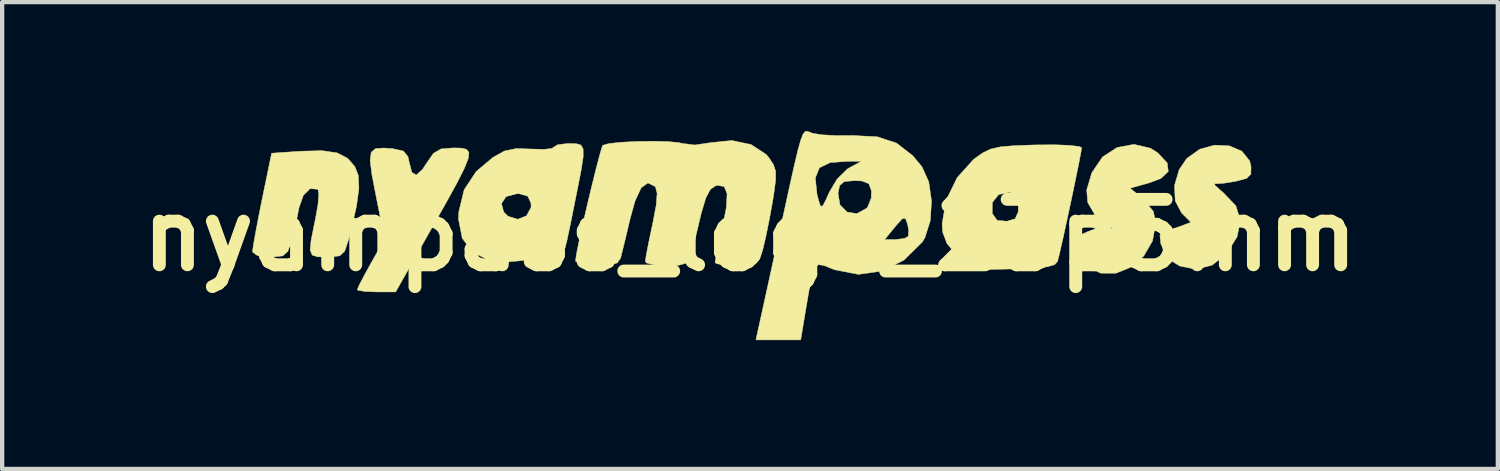
<source format=kicad_pcb>
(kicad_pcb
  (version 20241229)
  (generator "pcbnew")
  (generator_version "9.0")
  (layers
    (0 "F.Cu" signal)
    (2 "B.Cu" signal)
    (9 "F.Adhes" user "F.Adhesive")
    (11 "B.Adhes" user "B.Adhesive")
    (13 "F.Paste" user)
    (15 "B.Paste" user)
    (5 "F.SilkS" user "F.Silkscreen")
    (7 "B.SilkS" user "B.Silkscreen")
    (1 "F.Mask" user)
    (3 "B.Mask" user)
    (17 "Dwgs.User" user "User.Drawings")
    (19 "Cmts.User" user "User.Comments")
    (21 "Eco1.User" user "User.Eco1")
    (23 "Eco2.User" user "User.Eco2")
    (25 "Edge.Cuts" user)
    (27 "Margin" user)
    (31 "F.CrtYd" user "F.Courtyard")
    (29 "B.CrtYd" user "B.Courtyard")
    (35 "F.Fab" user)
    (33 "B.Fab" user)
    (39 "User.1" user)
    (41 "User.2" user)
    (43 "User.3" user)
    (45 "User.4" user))
  (footprint "nyampass_logo_23p5mm"
    (layer "F.Cu")
    (at 14.413 2.426)
    (property "Reference" "nyampass_logo_23p5mm" (at 0 0 0) (layer "F.SilkS") (effects (font (size 1.524 1.524) (thickness 0.3))))
    (attr through_hole)
    (fp_poly (pts (xy -6.722 -2.028) (xy -6.602 -2) (xy -6.545 -1.928) (xy -6.559 -1.788) (xy -6.65 -1.559) (xy -6.822 -1.218) (xy -7.083 -0.743) (xy -7.419 -0.149) (xy -8.251 1.321) (xy -8.697 1.321) (xy -8.966 1.31) (xy -9.126 1.283) (xy -9.144 1.268) (xy -9.098 1.159) (xy -8.977 0.927) (xy -8.826 0.653) (xy -8.508 0.089) (xy -8.711 -0.929) (xy -8.805 -1.419) (xy -8.845 -1.742) (xy -8.82 -1.93) (xy -8.718 -2.016) (xy -8.528 -2.03) (xy -8.315 -2.014) (xy -8.07 -1.959) (xy -7.963 -1.828) (xy -7.942 -1.727) (xy -7.875 -1.464) (xy -7.771 -1.4) (xy -7.624 -1.534) (xy -7.536 -1.67) (xy -7.371 -1.906) (xy -7.193 -2.009) (xy -6.908 -2.032) (xy -6.9 -2.032) (xy -6.722 -2.028)) (stroke (width 0.01) (type solid)) (fill yes) (layer "F.SilkS"))
    (fp_poly (pts (xy 9.323 -2.025) (xy 9.486 -1.923) (xy 9.712 -1.685) (xy 9.739 -1.485) (xy 9.567 -1.321) (xy 9.302 -1.221) (xy 8.851 -1.095) (xy 9.15 -0.843) (xy 9.389 -0.556) (xy 9.449 -0.291) (xy 9.371 0.135) (xy 9.165 0.488) (xy 8.868 0.745) (xy 8.521 0.885) (xy 8.162 0.884) (xy 7.83 0.722) (xy 7.768 0.665) (xy 7.557 0.385) (xy 7.543 0.157) (xy 7.724 -0.021) (xy 7.876 -0.088) (xy 8.053 -0.152) (xy 8.331 -0.152) (xy 8.382 -0.102) (xy 8.433 -0.152) (xy 8.382 -0.203) (xy 8.331 -0.152) (xy 8.053 -0.152) (xy 8.233 -0.218) (xy 8.028 -0.478) (xy 7.864 -0.759) (xy 7.839 -1.052) (xy 7.949 -1.424) (xy 7.968 -1.47) (xy 8.208 -1.822) (xy 8.549 -2.043) (xy 8.939 -2.115) (xy 9.323 -2.025)) (stroke (width 0.01) (type solid)) (fill yes) (layer "F.SilkS"))
    (fp_poly (pts (xy -9.613 -1.917) (xy -9.367 -1.789) (xy -9.2 -1.596) (xy -9.119 -1.388) (xy -9.106 -1.09) (xy -9.163 -0.672) (xy -9.293 -0.105) (xy -9.352 0.118) (xy -9.436 0.37) (xy -9.553 0.48) (xy -9.78 0.508) (xy -9.859 0.508) (xy -10.071 0.503) (xy -10.195 0.462) (xy -10.241 0.347) (xy -10.22 0.12) (xy -10.144 -0.259) (xy -10.118 -0.383) (xy -10.059 -0.717) (xy -10.04 -0.966) (xy -10.061 -1.069) (xy -10.241 -1.084) (xy -10.399 -0.931) (xy -10.5 -0.644) (xy -10.503 -0.629) (xy -10.576 -0.259) (xy -10.669 0.116) (xy -10.672 0.127) (xy -10.759 0.374) (xy -10.88 0.482) (xy -11.113 0.508) (xy -11.181 0.508) (xy -11.465 0.478) (xy -11.582 0.394) (xy -11.583 0.381) (xy -11.564 0.234) (xy -11.511 -0.065) (xy -11.434 -0.469) (xy -11.362 -0.828) (xy -11.139 -1.909) (xy -10.472 -1.955) (xy -9.966 -1.968) (xy -9.613 -1.917)) (stroke (width 0.01) (type solid)) (fill yes) (layer "F.SilkS"))
    (fp_poly (pts (xy 11.162 -2.08) (xy 11.45 -1.957) (xy 11.632 -1.733) (xy 11.665 -1.605) (xy 11.662 -1.422) (xy 11.563 -1.323) (xy 11.314 -1.256) (xy 11.309 -1.255) (xy 11.034 -1.21) (xy 10.843 -1.198) (xy 10.82 -1.2) (xy 10.823 -1.163) (xy 10.956 -1.043) (xy 11.006 -1.003) (xy 11.312 -0.685) (xy 11.419 -0.338) (xy 11.34 0.039) (xy 11.09 0.44) (xy 10.759 0.697) (xy 10.386 0.794) (xy 10.008 0.719) (xy 9.818 0.602) (xy 9.66 0.418) (xy 9.564 0.197) (xy 9.544 0.004) (xy 9.617 -0.098) (xy 9.645 -0.102) (xy 9.804 -0.135) (xy 9.856 -0.152) (xy 10.363 -0.152) (xy 10.414 -0.102) (xy 10.465 -0.152) (xy 10.414 -0.203) (xy 10.363 -0.152) (xy 9.856 -0.152) (xy 10.003 -0.201) (xy 10.265 -0.301) (xy 10.048 -0.518) (xy 9.9 -0.798) (xy 9.883 -1.157) (xy 9.992 -1.526) (xy 10.168 -1.786) (xy 10.469 -2.001) (xy 10.817 -2.097) (xy 11.162 -2.08)) (stroke (width 0.01) (type solid)) (fill yes) (layer "F.SilkS"))
    (fp_poly (pts (xy 7.45 -2.091) (xy 7.668 -2.064) (xy 7.722 -2.037) (xy 7.701 -1.909) (xy 7.647 -1.629) (xy 7.568 -1.244) (xy 7.476 -0.803) (xy 7.379 -0.351) (xy 7.289 0.063) (xy 7.214 0.393) (xy 7.165 0.592) (xy 7.16 0.61) (xy 7.093 0.685) (xy 6.924 0.735) (xy 6.62 0.766) (xy 6.147 0.784) (xy 6.135 0.785) (xy 5.156 0.808) (xy 4.813 0.465) (xy 4.584 0.192) (xy 4.486 -0.069) (xy 4.473 -0.269) (xy 4.514 -0.507) (xy 5.639 -0.507) (xy 5.752 -0.347) (xy 5.978 -0.324) (xy 6.173 -0.382) (xy 6.243 -0.538) (xy 6.248 -0.66) (xy 6.21 -0.893) (xy 6.072 -0.989) (xy 6.036 -0.996) (xy 5.79 -0.947) (xy 5.642 -0.762) (xy 5.639 -0.507) (xy 4.514 -0.507) (xy 4.568 -0.82) (xy 4.824 -1.342) (xy 5.203 -1.762) (xy 5.235 -1.787) (xy 5.421 -1.918) (xy 5.6 -2.004) (xy 5.823 -2.056) (xy 6.141 -2.084) (xy 6.604 -2.101) (xy 6.668 -2.102) (xy 7.103 -2.105) (xy 7.45 -2.091)) (stroke (width 0.01) (type solid)) (fill yes) (layer "F.SilkS"))
    (fp_poly (pts (xy -4.048 -2.131) (xy -3.939 -2.1) (xy -3.886 -2.01) (xy -3.884 -1.829) (xy -3.93 -1.524) (xy -4.02 -1.063) (xy -4.063 -0.849) (xy -4.178 -0.276) (xy -4.263 0.128) (xy -4.33 0.39) (xy -4.392 0.539) (xy -4.462 0.602) (xy -4.553 0.608) (xy -4.678 0.586) (xy -4.718 0.579) (xy -5.072 0.563) (xy -5.399 0.6) (xy -5.745 0.628) (xy -6.064 0.591) (xy -6.457 0.397) (xy -6.701 0.07) (xy -6.788 -0.375) (xy -6.781 -0.541) (xy -6.734 -0.736) (xy -5.788 -0.736) (xy -5.734 -0.539) (xy -5.636 -0.442) (xy -5.407 -0.371) (xy -5.204 -0.452) (xy -5.099 -0.646) (xy -5.099 -0.743) (xy -5.174 -0.908) (xy -5.37 -0.964) (xy -5.434 -0.965) (xy -5.68 -0.898) (xy -5.788 -0.736) (xy -6.734 -0.736) (xy -6.657 -1.056) (xy -6.377 -1.482) (xy -5.985 -1.812) (xy -5.72 -1.96) (xy -5.446 -2.017) (xy -5.105 -2.007) (xy -4.808 -1.998) (xy -4.614 -2.019) (xy -4.572 -2.049) (xy -4.483 -2.105) (xy -4.263 -2.133) (xy -4.216 -2.134) (xy -4.048 -2.131)) (stroke (width 0.01) (type solid)) (fill yes) (layer "F.SilkS"))
    (fp_poly (pts (xy 0.026 -2.11) (xy 0.376 -1.88) (xy 0.442 -1.802) (xy 0.546 -1.644) (xy 0.596 -1.489) (xy 0.596 -1.276) (xy 0.552 -0.946) (xy 0.524 -0.776) (xy 0.446 -0.348) (xy 0.364 0.054) (xy 0.296 0.341) (xy 0.224 0.561) (xy 0.125 0.67) (xy -0.064 0.707) (xy -0.31 0.711) (xy -0.598 0.697) (xy -0.781 0.662) (xy -0.814 0.635) (xy -0.793 0.505) (xy -0.736 0.234) (xy -0.656 -0.124) (xy -0.646 -0.165) (xy -0.55 -0.651) (xy -0.534 -0.967) (xy -0.601 -1.131) (xy -0.753 -1.161) (xy -0.798 -1.151) (xy -0.921 -1.07) (xy -1.027 -0.873) (xy -1.132 -0.525) (xy -1.169 -0.371) (xy -1.26 0.012) (xy -1.337 0.333) (xy -1.386 0.527) (xy -1.388 0.533) (xy -1.467 0.646) (xy -1.656 0.699) (xy -1.937 0.711) (xy -2.225 0.693) (xy -2.406 0.647) (xy -2.438 0.612) (xy -2.418 0.472) (xy -2.363 0.189) (xy -2.286 -0.18) (xy -2.269 -0.255) (xy -2.185 -0.697) (xy -2.163 -0.977) (xy -2.202 -1.124) (xy -2.212 -1.135) (xy -2.379 -1.216) (xy -2.533 -1.105) (xy -2.676 -0.799) (xy -2.79 -0.389) (xy -2.882 -0.002) (xy -2.961 0.324) (xy -3.011 0.523) (xy -3.013 0.533) (xy -3.092 0.646) (xy -3.282 0.699) (xy -3.563 0.711) (xy -3.908 0.686) (xy -4.056 0.612) (xy -4.062 0.584) (xy -4.039 0.429) (xy -3.979 0.132) (xy -3.892 -0.26) (xy -3.79 -0.703) (xy -3.683 -1.15) (xy -3.582 -1.556) (xy -3.498 -1.875) (xy -3.442 -2.063) (xy -3.429 -2.092) (xy -3.292 -2.132) (xy -3.012 -2.163) (xy -2.648 -2.182) (xy -2.261 -2.188) (xy -1.909 -2.179) (xy -1.654 -2.155) (xy -1.584 -2.137) (xy -1.286 -2.1) (xy -0.932 -2.152) (xy -0.426 -2.205) (xy 0.026 -2.11)) (stroke (width 0.01) (type solid)) (fill yes) (layer "F.SilkS"))
    (fp_poly (pts (xy 1.386 -2.4) (xy 1.451 -2.374) (xy 1.665 -2.338) (xy 2.007 -2.319) (xy 2.393 -2.321) (xy 2.966 -2.291) (xy 3.413 -2.143) (xy 3.786 -1.854) (xy 4.004 -1.593) (xy 4.162 -1.241) (xy 4.226 -0.793) (xy 4.196 -0.332) (xy 4.071 0.061) (xy 4.007 0.164) (xy 3.583 0.581) (xy 3.075 0.834) (xy 2.523 0.912) (xy 1.966 0.804) (xy 1.91 0.781) (xy 1.721 0.705) (xy 1.594 0.686) (xy 1.508 0.754) (xy 1.442 0.938) (xy 1.377 1.269) (xy 1.31 1.66) (xy 1.18 2.438) (xy 0.137 2.438) (xy 0.617 0.251) (xy 0.65 0.102) (xy 3.134 0.102) (xy 3.39 0.102) (xy 3.599 0.075) (xy 3.686 0.025) (xy 3.694 -0.124) (xy 3.667 -0.263) (xy 3.618 -0.391) (xy 3.549 -0.386) (xy 3.411 -0.236) (xy 3.37 -0.187) (xy 3.134 0.102) (xy 0.65 0.102) (xy 0.794 -0.555) (xy 0.932 -1.185) (xy 0.965 -1.332) (xy 1.52 -1.332) (xy 1.559 -0.957) (xy 1.594 -0.817) (xy 1.64 -0.678) (xy 1.691 -0.678) (xy 1.774 -0.837) (xy 1.834 -0.976) (xy 2.049 -0.976) (xy 2.094 -0.706) (xy 2.26 -0.539) (xy 2.486 -0.502) (xy 2.712 -0.625) (xy 2.739 -0.655) (xy 2.823 -0.868) (xy 2.827 -1.036) (xy 2.767 -1.197) (xy 2.609 -1.262) (xy 2.438 -1.27) (xy 2.195 -1.25) (xy 2.087 -1.155) (xy 2.049 -0.976) (xy 1.834 -0.976) (xy 1.839 -0.988) (xy 2.028 -1.307) (xy 2.264 -1.539) (xy 2.304 -1.564) (xy 2.591 -1.719) (xy 2.286 -1.722) (xy 1.864 -1.69) (xy 1.615 -1.568) (xy 1.52 -1.332) (xy 0.965 -1.332) (xy 1.038 -1.658) (xy 1.119 -1.996) (xy 1.183 -2.22) (xy 1.234 -2.352) (xy 1.281 -2.412) (xy 1.329 -2.421) (xy 1.386 -2.4)) (stroke (width 0.01) (type solid)) (fill yes) (layer "F.SilkS")))
  (gr_rect
    (start -3 -3)
    (end 31.825 7.869)
    (stroke (width 0.1) (type default))
    (fill no)
    (layer "Edge.Cuts")))
</source>
